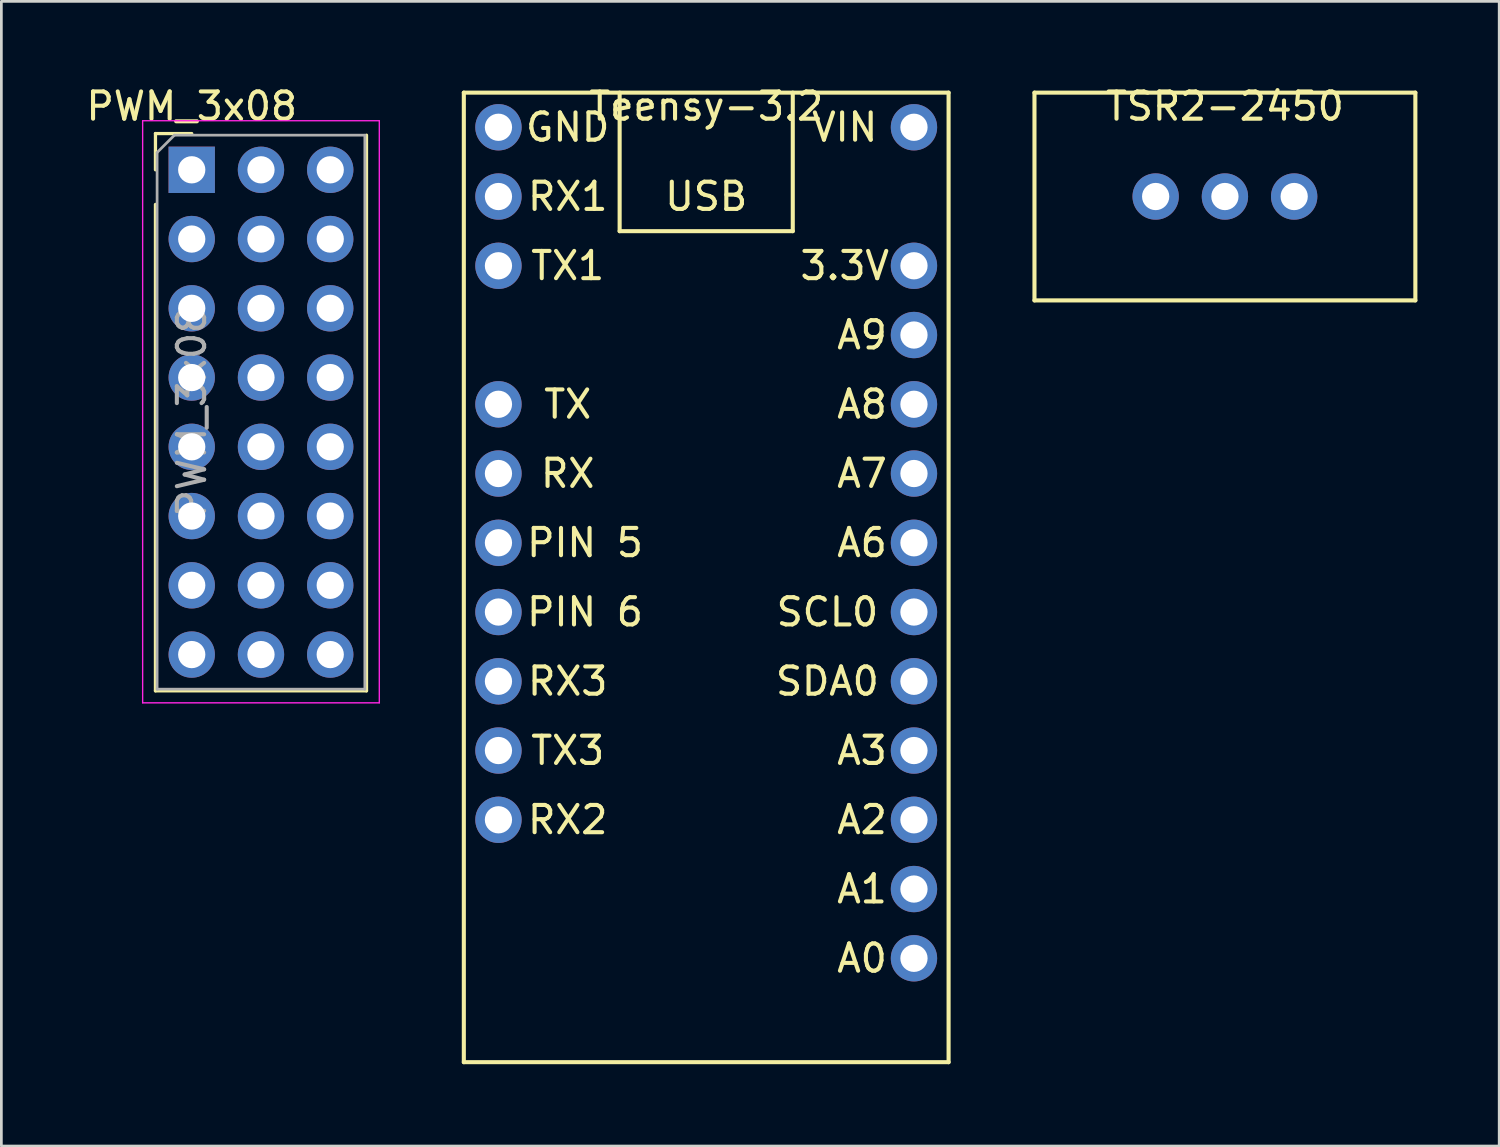
<source format=kicad_pcb>
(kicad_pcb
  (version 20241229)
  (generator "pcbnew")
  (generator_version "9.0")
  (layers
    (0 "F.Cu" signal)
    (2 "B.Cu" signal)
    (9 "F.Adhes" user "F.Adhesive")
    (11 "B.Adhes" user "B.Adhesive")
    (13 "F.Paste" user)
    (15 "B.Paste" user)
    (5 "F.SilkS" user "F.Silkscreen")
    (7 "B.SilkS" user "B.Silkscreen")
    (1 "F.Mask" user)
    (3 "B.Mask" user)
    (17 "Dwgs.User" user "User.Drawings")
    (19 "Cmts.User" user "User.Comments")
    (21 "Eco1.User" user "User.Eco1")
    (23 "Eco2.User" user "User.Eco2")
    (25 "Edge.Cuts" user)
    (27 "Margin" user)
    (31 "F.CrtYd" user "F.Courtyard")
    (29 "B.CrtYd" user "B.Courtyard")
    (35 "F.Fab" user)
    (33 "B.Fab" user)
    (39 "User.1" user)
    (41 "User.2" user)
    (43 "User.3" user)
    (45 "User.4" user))
  (footprint "PWM_3x08"
    (layer "F.Cu")
    (at 3.982 3.178)
    (property "Reference" "PWM_3x08" (at 0 -2.33 0) (layer "F.SilkS") (effects (font (size 1 1) (thickness 0.15))))
    (attr through_hole)
    (fp_line (start -1.33 -1.33) (end 0 -1.33) (stroke (width 0.12) (type solid)) (layer "F.SilkS"))
    (fp_line (start -1.33 0) (end -1.33 -1.33) (stroke (width 0.12) (type solid)) (layer "F.SilkS"))
    (fp_line (start -1.33 1.27) (end -1.33 19.11) (stroke (width 0.12) (type solid)) (layer "F.SilkS"))
    (fp_line (start -1.33 19.11) (end 6.41 19.11) (stroke (width 0.12) (type solid)) (layer "F.SilkS"))
    (fp_line (start 6.41 -1.27) (end 6.41 19.11) (stroke (width 0.12) (type solid)) (layer "F.SilkS"))
    (fp_line (start -1.8 -1.8) (end -1.8 19.55) (stroke (width 0.05) (type solid)) (layer "F.CrtYd"))
    (fp_line (start -1.8 19.55) (end 6.88 19.55) (stroke (width 0.05) (type solid)) (layer "F.CrtYd"))
    (fp_line (start 6.88 -1.8) (end -1.8 -1.8) (stroke (width 0.05) (type solid)) (layer "F.CrtYd"))
    (fp_line (start 6.88 19.55) (end 6.88 -1.8) (stroke (width 0.05) (type solid)) (layer "F.CrtYd"))
    (fp_line (start -1.27 -0.635) (end -0.635 -1.27) (stroke (width 0.1) (type solid)) (layer "F.Fab"))
    (fp_line (start -1.27 19.05) (end -1.27 -0.635) (stroke (width 0.1) (type solid)) (layer "F.Fab"))
    (fp_line (start -0.635 -1.27) (end 6.35 -1.27) (stroke (width 0.1) (type solid)) (layer "F.Fab"))
    (fp_line (start 6.35 -1.27) (end 6.35 19.05) (stroke (width 0.1) (type solid)) (layer "F.Fab"))
    (fp_line (start 6.35 19.05) (end -1.27 19.05) (stroke (width 0.1) (type solid)) (layer "F.Fab"))
    (fp_text user "${REFERENCE}" (at 0 8.89 90) (layer "F.Fab") (effects (font (size 1 1) (thickness 0.15))))
    (pad "1" thru_hole oval (at 0 17.78) (size 1.7 1.7) (drill 1) (layers "*.Cu" "*.Mask"))
    (pad "2" thru_hole oval (at 0 15.24) (size 1.7 1.7) (drill 1) (layers "*.Cu" "*.Mask"))
    (pad "3" thru_hole oval (at 0 12.7) (size 1.7 1.7) (drill 1) (layers "*.Cu" "*.Mask"))
    (pad "4" thru_hole oval (at 0 10.16) (size 1.7 1.7) (drill 1) (layers "*.Cu" "*.Mask"))
    (pad "5" thru_hole oval (at 0 7.62) (size 1.7 1.7) (drill 1) (layers "*.Cu" "*.Mask"))
    (pad "6" thru_hole oval (at 0 5.08) (size 1.7 1.7) (drill 1) (layers "*.Cu" "*.Mask"))
    (pad "7" thru_hole oval (at 0 2.54) (size 1.7 1.7) (drill 1) (layers "*.Cu" "*.Mask"))
    (pad "8" thru_hole rect (at 0 0) (size 1.7 1.7) (drill 1) (layers "*.Cu" "*.Mask"))
    (pad "9" thru_hole oval (at 2.54 0) (size 1.7 1.7) (drill 1) (layers "*.Cu" "*.Mask"))
    (pad "9" thru_hole oval (at 2.54 2.54) (size 1.7 1.7) (drill 1) (layers "*.Cu" "*.Mask"))
    (pad "9" thru_hole oval (at 2.54 5.08) (size 1.7 1.7) (drill 1) (layers "*.Cu" "*.Mask"))
    (pad "9" thru_hole oval (at 2.54 7.62) (size 1.7 1.7) (drill 1) (layers "*.Cu" "*.Mask"))
    (pad "9" thru_hole oval (at 2.54 10.16) (size 1.7 1.7) (drill 1) (layers "*.Cu" "*.Mask"))
    (pad "9" thru_hole oval (at 2.54 12.7) (size 1.7 1.7) (drill 1) (layers "*.Cu" "*.Mask"))
    (pad "9" thru_hole oval (at 2.54 15.24) (size 1.7 1.7) (drill 1) (layers "*.Cu" "*.Mask"))
    (pad "9" thru_hole oval (at 2.54 17.78) (size 1.7 1.7) (drill 1) (layers "*.Cu" "*.Mask"))
    (pad "10" thru_hole oval (at 5.08 0) (size 1.7 1.7) (drill 1) (layers "*.Cu" "*.Mask"))
    (pad "10" thru_hole oval (at 5.08 2.54) (size 1.7 1.7) (drill 1) (layers "*.Cu" "*.Mask"))
    (pad "10" thru_hole oval (at 5.08 5.08) (size 1.7 1.7) (drill 1) (layers "*.Cu" "*.Mask"))
    (pad "10" thru_hole oval (at 5.08 7.62) (size 1.7 1.7) (drill 1) (layers "*.Cu" "*.Mask"))
    (pad "10" thru_hole oval (at 5.08 10.16) (size 1.7 1.7) (drill 1) (layers "*.Cu" "*.Mask"))
    (pad "10" thru_hole oval (at 5.08 12.7) (size 1.7 1.7) (drill 1) (layers "*.Cu" "*.Mask"))
    (pad "10" thru_hole oval (at 5.08 15.24) (size 1.7 1.7) (drill 1) (layers "*.Cu" "*.Mask"))
    (pad "10" thru_hole oval (at 5.08 17.78) (size 1.7 1.7) (drill 1) (layers "*.Cu" "*.Mask")))
  (footprint "TSR2-2450"
    (layer "F.Cu")
    (at 41.877 0.348)
    (property "Reference" "TSR2-2450" (at 0 0.5 0) (layer "F.SilkS") (effects (font (size 1 1) (thickness 0.15))))
    (attr through_hole)
    (fp_line (start -6.985 0) (end -6.985 7.62) (stroke (width 0.15) (type solid)) (layer "F.SilkS"))
    (fp_line (start -6.985 7.62) (end 6.985 7.62) (stroke (width 0.15) (type solid)) (layer "F.SilkS"))
    (fp_line (start 6.985 0) (end -6.985 0) (stroke (width 0.15) (type solid)) (layer "F.SilkS"))
    (fp_line (start 6.985 7.62) (end 6.985 0) (stroke (width 0.15) (type solid)) (layer "F.SilkS"))
    (pad "1" thru_hole circle (at -2.54 3.81) (size 1.7 1.7) (drill 1) (layers "*.Cu" "*.Mask"))
    (pad "2" thru_hole circle (at 0 3.81) (size 1.7 1.7) (drill 1) (layers "*.Cu" "*.Mask"))
    (pad "3" thru_hole circle (at 2.54 3.81) (size 1.7 1.7) (drill 1) (layers "*.Cu" "*.Mask")))
  (footprint "Teensy-3.2"
    (layer "F.Cu")
    (at 22.852 0.348)
    (property "Reference" "Teensy-3.2" (at 0 0.5 0) (layer "F.SilkS") (effects (font (size 1 1) (thickness 0.15))))
    (attr through_hole)
    (fp_line (start -8.89 0) (end -8.89 35.56) (stroke (width 0.15) (type solid)) (layer "F.SilkS"))
    (fp_line (start -8.89 0) (end 8.89 0) (stroke (width 0.15) (type solid)) (layer "F.SilkS"))
    (fp_line (start -8.89 35.56) (end 8.89 35.56) (stroke (width 0.15) (type solid)) (layer "F.SilkS"))
    (fp_line (start -3.175 0) (end -3.175 5.08) (stroke (width 0.15) (type solid)) (layer "F.SilkS"))
    (fp_line (start -3.175 5.08) (end 3.175 5.08) (stroke (width 0.15) (type solid)) (layer "F.SilkS"))
    (fp_line (start 3.175 5.08) (end 3.175 0) (stroke (width 0.15) (type solid)) (layer "F.SilkS"))
    (fp_line (start 8.89 35.56) (end 8.89 0) (stroke (width 0.15) (type solid)) (layer "F.SilkS"))
    (fp_text user "A6" (at 5.715 16.51 0) (layer "F.SilkS") (effects (font (size 1 1) (thickness 0.15))))
    (fp_text user "RX2" (at -5.08 26.67 0) (layer "F.SilkS") (effects (font (size 1 1) (thickness 0.15))))
    (fp_text user "A8" (at 5.715 11.43 0) (layer "F.SilkS") (effects (font (size 1 1) (thickness 0.15))))
    (fp_text user "USB" (at 0 3.81 0) (layer "F.SilkS") (effects (font (size 1 1) (thickness 0.15))))
    (fp_text user "RX3" (at -5.08 21.59 0) (layer "F.SilkS") (effects (font (size 1 1) (thickness 0.15))))
    (fp_text user "SCL0" (at 4.445 19.05 0) (layer "F.SilkS") (effects (font (size 1 1) (thickness 0.15))))
    (fp_text user "A7" (at 5.715 13.97 0) (layer "F.SilkS") (effects (font (size 1 1) (thickness 0.15))))
    (fp_text user "A1" (at 5.715 29.21 0) (layer "F.SilkS") (effects (font (size 1 1) (thickness 0.15))))
    (fp_text user "RX1" (at -5.08 3.81 0) (layer "F.SilkS") (effects (font (size 1 1) (thickness 0.15))))
    (fp_text user "VIN" (at 5.08 1.27 0) (layer "F.SilkS") (effects (font (size 1 1) (thickness 0.15))))
    (fp_text user "TX" (at -5.08 11.43 0) (layer "F.SilkS") (effects (font (size 1 1) (thickness 0.15))))
    (fp_text user "TX3" (at -5.08 24.13 0) (layer "F.SilkS") (effects (font (size 1 1) (thickness 0.15))))
    (fp_text user "A2" (at 5.715 26.67 0) (layer "F.SilkS") (effects (font (size 1 1) (thickness 0.15))))
    (fp_text user "PIN 6" (at -4.445 19.05 0) (layer "F.SilkS") (effects (font (size 1 1) (thickness 0.15))))
    (fp_text user "A9" (at 5.715 8.89 0) (layer "F.SilkS") (effects (font (size 1 1) (thickness 0.15))))
    (fp_text user "TX1" (at -5.08 6.35 0) (layer "F.SilkS") (effects (font (size 1 1) (thickness 0.15))))
    (fp_text user "SDA0" (at 4.445 21.59 0) (layer "F.SilkS") (effects (font (size 1 1) (thickness 0.15))))
    (fp_text user "GND" (at -5.08 1.27 0) (layer "F.SilkS") (effects (font (size 1 1) (thickness 0.15))))
    (fp_text user "A0" (at 5.715 31.75 0) (layer "F.SilkS") (effects (font (size 1 1) (thickness 0.15))))
    (fp_text user "A3" (at 5.715 24.13 0) (layer "F.SilkS") (effects (font (size 1 1) (thickness 0.15))))
    (fp_text user "3.3V" (at 5.08 6.35 0) (layer "F.SilkS") (effects (font (size 1 1) (thickness 0.15))))
    (fp_text user "PIN 5" (at -4.445 16.51 0) (layer "F.SilkS") (effects (font (size 1 1) (thickness 0.15))))
    (fp_text user "RX" (at -5.08 13.97 0) (layer "F.SilkS") (effects (font (size 1 1) (thickness 0.15))))
    (pad "1" thru_hole circle (at -7.62 1.27) (size 1.7 1.7) (drill 1) (layers "*.Cu" "*.Mask"))
    (pad "2" thru_hole circle (at -7.62 3.81) (size 1.7 1.7) (drill 1) (layers "*.Cu" "*.Mask"))
    (pad "3" thru_hole circle (at -7.62 6.35) (size 1.7 1.7) (drill 1) (layers "*.Cu" "*.Mask"))
    (pad "5" thru_hole circle (at -7.62 11.43) (size 1.7 1.7) (drill 1) (layers "*.Cu" "*.Mask"))
    (pad "6" thru_hole circle (at -7.62 13.97) (size 1.7 1.7) (drill 1) (layers "*.Cu" "*.Mask"))
    (pad "7" thru_hole circle (at -7.62 16.51) (size 1.7 1.7) (drill 1) (layers "*.Cu" "*.Mask"))
    (pad "8" thru_hole circle (at -7.62 19.05) (size 1.7 1.7) (drill 1) (layers "*.Cu" "*.Mask"))
    (pad "9" thru_hole circle (at -7.62 21.59) (size 1.7 1.7) (drill 1) (layers "*.Cu" "*.Mask"))
    (pad "10" thru_hole circle (at -7.62 24.13) (size 1.7 1.7) (drill 1) (layers "*.Cu" "*.Mask"))
    (pad "11" thru_hole circle (at -7.62 26.67) (size 1.7 1.7) (drill 1) (layers "*.Cu" "*.Mask"))
    (pad "21" thru_hole circle (at 7.62 31.75) (size 1.7 1.7) (drill 1) (layers "*.Cu" "*.Mask"))
    (pad "22" thru_hole circle (at 7.62 29.21) (size 1.7 1.7) (drill 1) (layers "*.Cu" "*.Mask"))
    (pad "23" thru_hole circle (at 7.62 26.67) (size 1.7 1.7) (drill 1) (layers "*.Cu" "*.Mask"))
    (pad "24" thru_hole circle (at 7.62 24.13) (size 1.7 1.7) (drill 1) (layers "*.Cu" "*.Mask"))
    (pad "25" thru_hole circle (at 7.62 21.59) (size 1.7 1.7) (drill 1) (layers "*.Cu" "*.Mask"))
    (pad "26" thru_hole circle (at 7.62 19.05) (size 1.7 1.7) (drill 1) (layers "*.Cu" "*.Mask"))
    (pad "27" thru_hole circle (at 7.62 16.51) (size 1.7 1.7) (drill 1) (layers "*.Cu" "*.Mask"))
    (pad "28" thru_hole circle (at 7.62 13.97) (size 1.7 1.7) (drill 1) (layers "*.Cu" "*.Mask"))
    (pad "29" thru_hole circle (at 7.62 11.43) (size 1.7 1.7) (drill 1) (layers "*.Cu" "*.Mask"))
    (pad "30" thru_hole circle (at 7.62 8.89) (size 1.7 1.7) (drill 1) (layers "*.Cu" "*.Mask"))
    (pad "31" thru_hole circle (at 7.62 6.35) (size 1.7 1.7) (drill 1) (layers "*.Cu" "*.Mask"))
    (pad "33" thru_hole circle (at 7.62 1.27) (size 1.7 1.7) (drill 1) (layers "*.Cu" "*.Mask")))
  (gr_rect
    (start -3 -3)
    (end 51.937 38.983)
    (stroke (width 0.1) (type default))
    (fill no)
    (layer "Edge.Cuts")))
</source>
